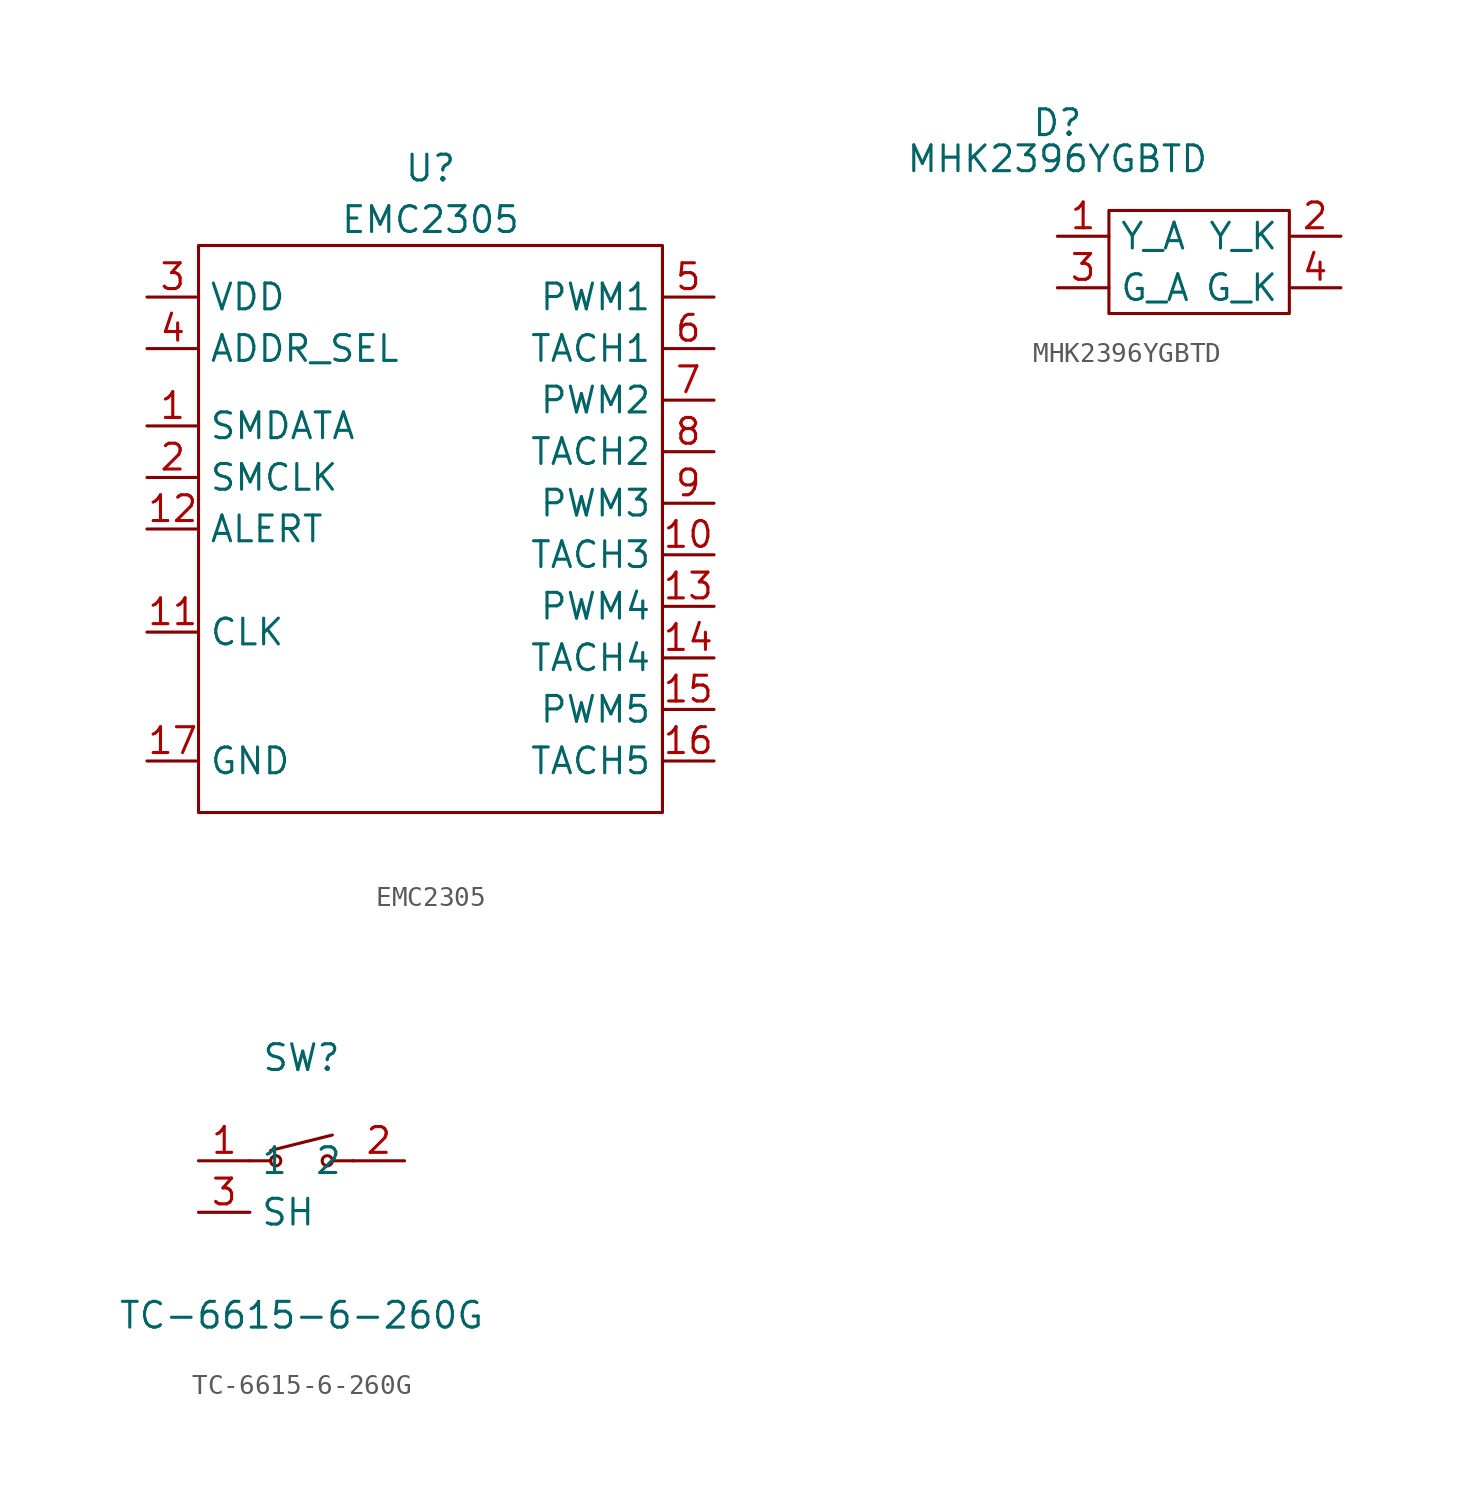
<source format=kicad_sym>
(kicad_symbol_lib
  (version 20231120)
  (generator "kicad_symbol_editor")
  (generator_version "8.0")
  (symbol "EMC2305"
    (property "Reference" "U"
      (at 13.97 0 0)
      (effects (font (size 1.27 1.27))))
    (property "Value" "EMC2305"
      (at 13.97 -2.54 0)
      (effects (font (size 1.27 1.27))))
    (symbol "EMC2305_0_1"
      (rectangle (start 2.54 -3.81) (end 25.4 -31.75) (stroke (width 0) (type default)) (fill (type none))))
    (symbol "EMC2305_1_1"
      (pin input line (at 0 -12.7 0) (length 2.54) (name "SMDATA" (effects (font (size 1.27 1.27)))) (number "1" (effects (font (size 1.27 1.27)))))
      (pin input line (at 27.94 -19.05 180) (length 2.54) (name "TACH3" (effects (font (size 1.27 1.27)))) (number "10" (effects (font (size 1.27 1.27)))))
      (pin input line (at 0 -22.86 0) (length 2.54) (name "CLK" (effects (font (size 1.27 1.27)))) (number "11" (effects (font (size 1.27 1.27)))))
      (pin input line (at 0 -17.78 0) (length 2.54) (name "ALERT" (effects (font (size 1.27 1.27)))) (number "12" (effects (font (size 1.27 1.27)))))
      (pin input line (at 27.94 -21.59 180) (length 2.54) (name "PWM4" (effects (font (size 1.27 1.27)))) (number "13" (effects (font (size 1.27 1.27)))))
      (pin input line (at 27.94 -24.13 180) (length 2.54) (name "TACH4" (effects (font (size 1.27 1.27)))) (number "14" (effects (font (size 1.27 1.27)))))
      (pin input line (at 27.94 -26.67 180) (length 2.54) (name "PWM5" (effects (font (size 1.27 1.27)))) (number "15" (effects (font (size 1.27 1.27)))))
      (pin input line (at 27.94 -29.21 180) (length 2.54) (name "TACH5" (effects (font (size 1.27 1.27)))) (number "16" (effects (font (size 1.27 1.27)))))
      (pin input line (at 0 -29.21 0) (length 2.54) (name "GND" (effects (font (size 1.27 1.27)))) (number "17" (effects (font (size 1.27 1.27)))))
      (pin input line (at 0 -15.24 0) (length 2.54) (name "SMCLK" (effects (font (size 1.27 1.27)))) (number "2" (effects (font (size 1.27 1.27)))))
      (pin input line (at 0 -6.35 0) (length 2.54) (name "VDD" (effects (font (size 1.27 1.27)))) (number "3" (effects (font (size 1.27 1.27)))))
      (pin input line (at 0 -8.89 0) (length 2.54) (name "ADDR_SEL" (effects (font (size 1.27 1.27)))) (number "4" (effects (font (size 1.27 1.27)))))
      (pin input line (at 27.94 -6.35 180) (length 2.54) (name "PWM1" (effects (font (size 1.27 1.27)))) (number "5" (effects (font (size 1.27 1.27)))))
      (pin input line (at 27.94 -8.89 180) (length 2.54) (name "TACH1" (effects (font (size 1.27 1.27)))) (number "6" (effects (font (size 1.27 1.27)))))
      (pin input line (at 27.94 -11.43 180) (length 2.54) (name "PWM2" (effects (font (size 1.27 1.27)))) (number "7" (effects (font (size 1.27 1.27)))))
      (pin input line (at 27.94 -13.97 180) (length 2.54) (name "TACH2" (effects (font (size 1.27 1.27)))) (number "8" (effects (font (size 1.27 1.27)))))
      (pin input line (at 27.94 -16.51 180) (length 2.54) (name "PWM3" (effects (font (size 1.27 1.27)))) (number "9" (effects (font (size 1.27 1.27)))))))
  (symbol "MHK2396YGBTD"
    (property "Reference" "D"
      (at 0 3.048 0)
      (effects (font (size 1.27 1.27))))
    (property "Value" "MHK2396YGBTD"
      (at 0 1.27 0)
      (effects (font (size 1.27 1.27))))
    (symbol "MHK2396YGBTD_0_1"
      (rectangle (start 2.54 -1.27) (end 11.43 -6.35) (stroke (width 0) (type default)) (fill (type none))))
    (symbol "MHK2396YGBTD_1_1"
      (pin input line (at 0 -2.54 0) (length 2.54) (name "Y_A" (effects (font (size 1.27 1.27)))) (number "1" (effects (font (size 1.27 1.27)))))
      (pin input line (at 13.97 -2.54 180) (length 2.54) (name "Y_K" (effects (font (size 1.27 1.27)))) (number "2" (effects (font (size 1.27 1.27)))))
      (pin input line (at 0 -5.08 0) (length 2.54) (name "G_A" (effects (font (size 1.27 1.27)))) (number "3" (effects (font (size 1.27 1.27)))))
      (pin input line (at 13.97 -5.08 180) (length 2.54) (name "G_K" (effects (font (size 1.27 1.27)))) (number "4" (effects (font (size 1.27 1.27)))))))
  (symbol "TC-6615-6-260G"
    (property "Reference" "SW"
      (at 0 5.08 0)
      (effects (font (size 1.27 1.27))))
    (property "Value" "TC-6615-6-260G"
      (at 0 -7.62 0)
      (effects (font (size 1.27 1.27))))
    (symbol "TC-6615-6-260G_0_1"
      (circle (center -1.27 0) (radius 0.25) (stroke (width 0) (type default)) (fill (type none)))
      (polyline (pts (xy -2.54 0) (xy -1.52 0)) (stroke (width 0) (type default)) (fill (type none)))
      (polyline (pts (xy -1.52 0.51) (xy 1.52 1.27)) (stroke (width 0) (type default)) (fill (type none)))
      (polyline (pts (xy 2.54 0) (xy 1.52 0)) (stroke (width 0) (type default)) (fill (type none)))
      (circle (center 1.27 0) (radius 0.25) (stroke (width 0) (type default)) (fill (type none)))
      (pin unspecified line (at -5.08 0 0) (length 2.54) (name "1" (effects (font (size 1.27 1.27)))) (number "1" (effects (font (size 1.27 1.27)))))
      (pin unspecified line (at 5.08 0 180) (length 2.54) (name "2" (effects (font (size 1.27 1.27)))) (number "2" (effects (font (size 1.27 1.27))))))
    (symbol "TC-6615-6-260G_1_1"
      (pin unspecified line (at -5.08 -2.54 0) (length 2.54) (name "SH" (effects (font (size 1.27 1.27)))) (number "3" (effects (font (size 1.27 1.27)))))
      (pin unspecified line (at -5.08 -2.54 0) (length 2.54) hide (name "SH" (effects (font (size 1.27 1.27)))) (number "4" (effects (font (size 1.27 1.27))))))))
</source>
